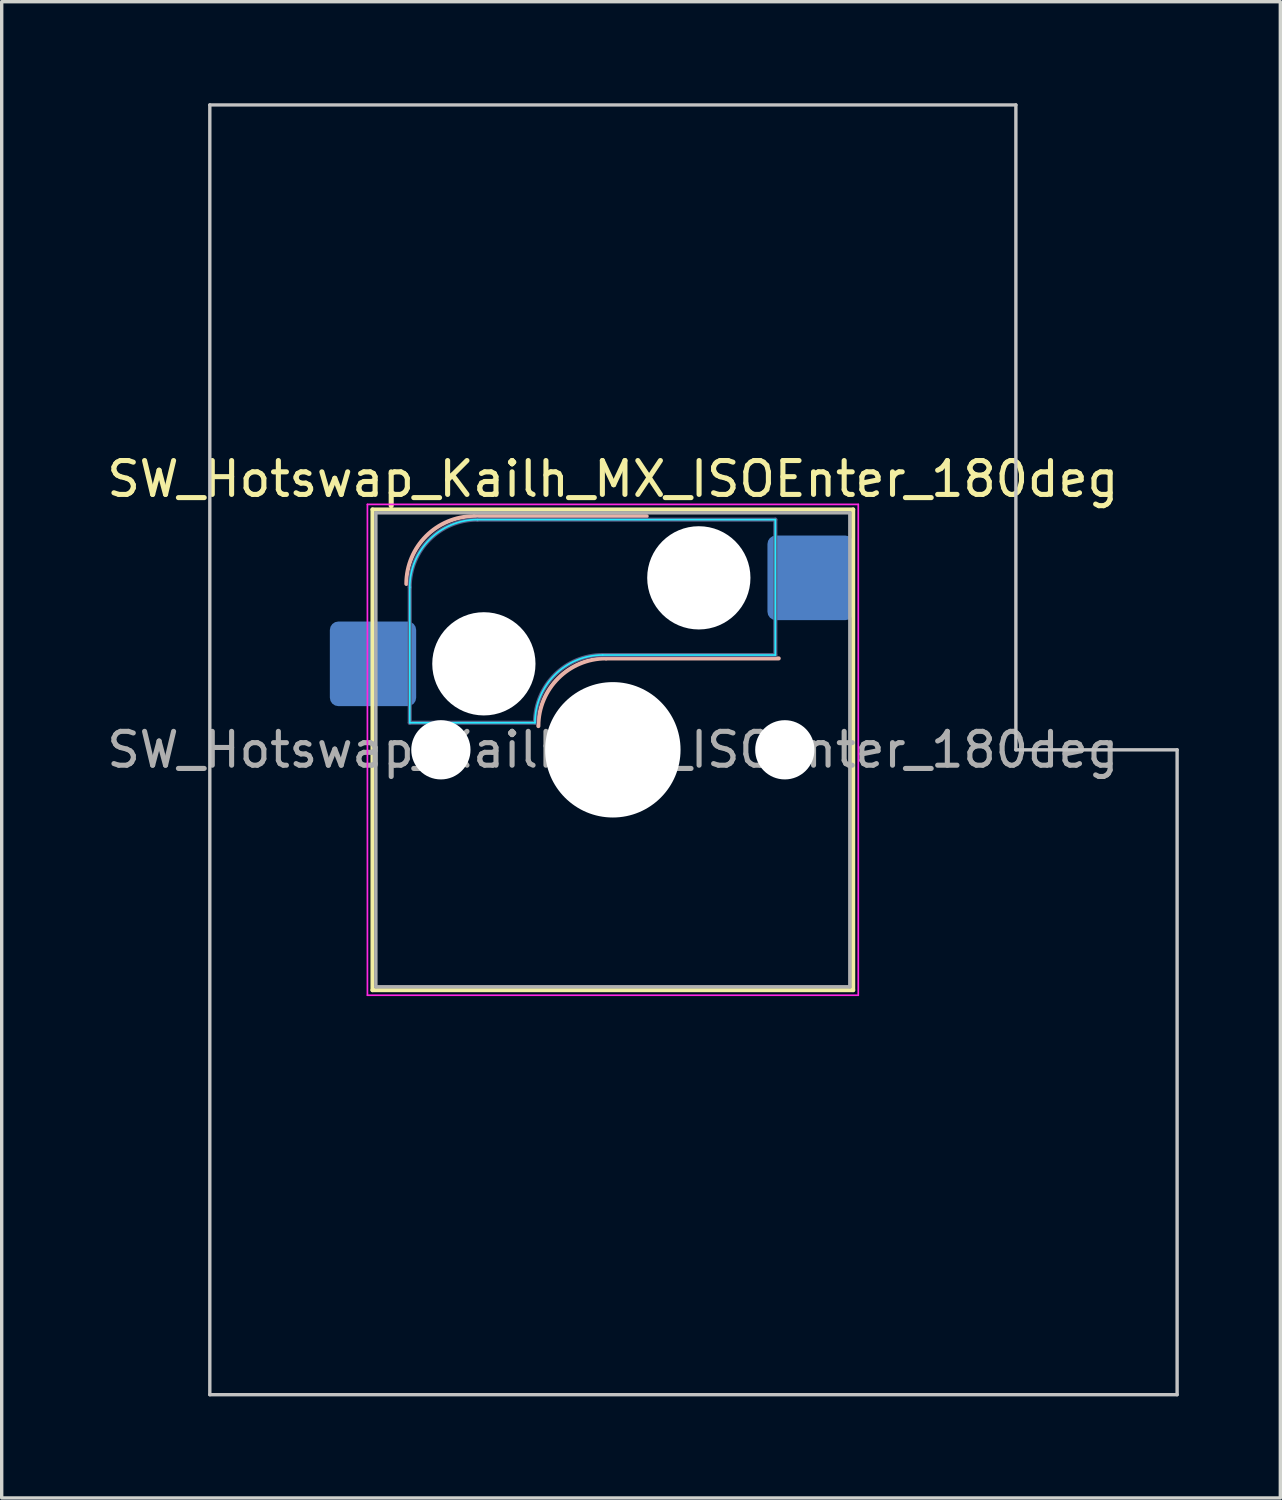
<source format=kicad_pcb>
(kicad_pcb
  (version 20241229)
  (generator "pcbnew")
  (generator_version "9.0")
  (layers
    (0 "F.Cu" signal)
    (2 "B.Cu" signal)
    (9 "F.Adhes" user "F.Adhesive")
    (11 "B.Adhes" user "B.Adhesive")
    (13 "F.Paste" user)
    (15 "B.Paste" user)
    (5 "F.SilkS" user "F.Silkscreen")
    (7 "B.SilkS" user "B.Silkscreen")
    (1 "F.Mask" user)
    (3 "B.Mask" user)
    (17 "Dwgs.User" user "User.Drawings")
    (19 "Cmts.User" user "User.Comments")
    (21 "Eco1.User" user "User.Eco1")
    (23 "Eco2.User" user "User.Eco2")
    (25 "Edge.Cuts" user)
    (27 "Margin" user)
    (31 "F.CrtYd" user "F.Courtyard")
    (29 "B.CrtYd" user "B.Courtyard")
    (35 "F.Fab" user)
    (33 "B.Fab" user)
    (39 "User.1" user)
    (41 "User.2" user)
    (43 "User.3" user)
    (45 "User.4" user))
  (footprint "SW_Hotswap_Kailh_MX_ISOEnter_180deg"
    (layer "F.Cu")
    (at 15.054 19.1)
    (property "Reference" "SW_Hotswap_Kailh_MX_ISOEnter_180deg" (at 0 -8 0) (layer "F.SilkS") (effects (font (size 1 1) (thickness 0.15))))
    (attr smd)
    (fp_line (start -7.1 -7.1) (end -7.1 7.1) (stroke (width 0.12) (type solid)) (layer "F.SilkS"))
    (fp_line (start -7.1 7.1) (end 7.1 7.1) (stroke (width 0.12) (type solid)) (layer "F.SilkS"))
    (fp_line (start 7.1 -7.1) (end -7.1 -7.1) (stroke (width 0.12) (type solid)) (layer "F.SilkS"))
    (fp_line (start 7.1 7.1) (end 7.1 -7.1) (stroke (width 0.12) (type solid)) (layer "F.SilkS"))
    (fp_line (start -4.1 -6.9) (end 1 -6.9) (stroke (width 0.12) (type solid)) (layer "B.SilkS"))
    (fp_line (start -0.2 -2.7) (end 4.9 -2.7) (stroke (width 0.12) (type solid)) (layer "B.SilkS"))
    (fp_arc (start -6.1 -4.9) (mid -5.514214 -6.314214) (end -4.1 -6.9) (stroke (width 0.12) (type solid)) (layer "B.SilkS"))
    (fp_arc (start -2.2 -0.7) (mid -1.614214 -2.114214) (end -0.2 -2.7) (stroke (width 0.12) (type solid)) (layer "B.SilkS"))
    (fp_line (start -11.906 -19.05) (end -11.906 19.05) (stroke (width 0.1) (type solid)) (layer "Dwgs.User"))
    (fp_line (start -11.906 19.05) (end 16.669 19.05) (stroke (width 0.1) (type solid)) (layer "Dwgs.User"))
    (fp_line (start 11.906 -19.05) (end -11.906 -19.05) (stroke (width 0.1) (type solid)) (layer "Dwgs.User"))
    (fp_line (start 11.906 0) (end 11.906 -19.05) (stroke (width 0.1) (type solid)) (layer "Dwgs.User"))
    (fp_line (start 16.669 0) (end 11.906 0) (stroke (width 0.1) (type solid)) (layer "Dwgs.User"))
    (fp_line (start 16.669 19.05) (end 16.669 0) (stroke (width 0.1) (type solid)) (layer "Dwgs.User"))
    (fp_line (start -7.8 -6) (end -7 -6) (stroke (width 0.1) (type solid)) (layer "Eco1.User"))
    (fp_line (start -7.8 -2.9) (end -7.8 -6) (stroke (width 0.1) (type solid)) (layer "Eco1.User"))
    (fp_line (start -7.8 2.9) (end -7 2.9) (stroke (width 0.1) (type solid)) (layer "Eco1.User"))
    (fp_line (start -7.8 6) (end -7.8 2.9) (stroke (width 0.1) (type solid)) (layer "Eco1.User"))
    (fp_line (start -7 -7) (end 7 -7) (stroke (width 0.1) (type solid)) (layer "Eco1.User"))
    (fp_line (start -7 -6) (end -7 -7) (stroke (width 0.1) (type solid)) (layer "Eco1.User"))
    (fp_line (start -7 -2.9) (end -7.8 -2.9) (stroke (width 0.1) (type solid)) (layer "Eco1.User"))
    (fp_line (start -7 2.9) (end -7 -2.9) (stroke (width 0.1) (type solid)) (layer "Eco1.User"))
    (fp_line (start -7 6) (end -7.8 6) (stroke (width 0.1) (type solid)) (layer "Eco1.User"))
    (fp_line (start -7 7) (end -7 6) (stroke (width 0.1) (type solid)) (layer "Eco1.User"))
    (fp_line (start 7 -7) (end 7 -6) (stroke (width 0.1) (type solid)) (layer "Eco1.User"))
    (fp_line (start 7 -6) (end 7.8 -6) (stroke (width 0.1) (type solid)) (layer "Eco1.User"))
    (fp_line (start 7 -2.9) (end 7 2.9) (stroke (width 0.1) (type solid)) (layer "Eco1.User"))
    (fp_line (start 7 2.9) (end 7.8 2.9) (stroke (width 0.1) (type solid)) (layer "Eco1.User"))
    (fp_line (start 7 6) (end 7 7) (stroke (width 0.1) (type solid)) (layer "Eco1.User"))
    (fp_line (start 7 7) (end -7 7) (stroke (width 0.1) (type solid)) (layer "Eco1.User"))
    (fp_line (start 7.8 -6) (end 7.8 -2.9) (stroke (width 0.1) (type solid)) (layer "Eco1.User"))
    (fp_line (start 7.8 -2.9) (end 7 -2.9) (stroke (width 0.1) (type solid)) (layer "Eco1.User"))
    (fp_line (start 7.8 2.9) (end 7.8 6) (stroke (width 0.1) (type solid)) (layer "Eco1.User"))
    (fp_line (start 7.8 6) (end 7 6) (stroke (width 0.1) (type solid)) (layer "Eco1.User"))
    (fp_line (start -6 -0.8) (end -6 -4.8) (stroke (width 0.05) (type solid)) (layer "B.CrtYd"))
    (fp_line (start -6 -0.8) (end -2.3 -0.8) (stroke (width 0.05) (type solid)) (layer "B.CrtYd"))
    (fp_line (start -4 -6.8) (end 4.8 -6.8) (stroke (width 0.05) (type solid)) (layer "B.CrtYd"))
    (fp_line (start -0.3 -2.8) (end 4.8 -2.8) (stroke (width 0.05) (type solid)) (layer "B.CrtYd"))
    (fp_line (start 4.8 -6.8) (end 4.8 -2.8) (stroke (width 0.05) (type solid)) (layer "B.CrtYd"))
    (fp_arc (start -6 -4.8) (mid -5.414214 -6.214214) (end -4 -6.8) (stroke (width 0.05) (type solid)) (layer "B.CrtYd"))
    (fp_arc (start -2.3 -0.8) (mid -1.714214 -2.214214) (end -0.3 -2.8) (stroke (width 0.05) (type solid)) (layer "B.CrtYd"))
    (fp_line (start -7.25 -7.25) (end -7.25 7.25) (stroke (width 0.05) (type solid)) (layer "F.CrtYd"))
    (fp_line (start -7.25 7.25) (end 7.25 7.25) (stroke (width 0.05) (type solid)) (layer "F.CrtYd"))
    (fp_line (start 7.25 -7.25) (end -7.25 -7.25) (stroke (width 0.05) (type solid)) (layer "F.CrtYd"))
    (fp_line (start 7.25 7.25) (end 7.25 -7.25) (stroke (width 0.05) (type solid)) (layer "F.CrtYd"))
    (fp_line (start -6 -0.8) (end -6 -4.8) (stroke (width 0.12) (type solid)) (layer "B.Fab"))
    (fp_line (start -6 -0.8) (end -2.3 -0.8) (stroke (width 0.12) (type solid)) (layer "B.Fab"))
    (fp_line (start -4 -6.8) (end 4.8 -6.8) (stroke (width 0.12) (type solid)) (layer "B.Fab"))
    (fp_line (start -0.3 -2.8) (end 4.8 -2.8) (stroke (width 0.12) (type solid)) (layer "B.Fab"))
    (fp_line (start 4.8 -6.8) (end 4.8 -2.8) (stroke (width 0.12) (type solid)) (layer "B.Fab"))
    (fp_arc (start -6 -4.8) (mid -5.414214 -6.214214) (end -4 -6.8) (stroke (width 0.12) (type solid)) (layer "B.Fab"))
    (fp_arc (start -2.3 -0.8) (mid -1.714214 -2.214214) (end -0.3 -2.8) (stroke (width 0.12) (type solid)) (layer "B.Fab"))
    (fp_line (start -7 -7) (end -7 7) (stroke (width 0.1) (type solid)) (layer "F.Fab"))
    (fp_line (start -7 7) (end 7 7) (stroke (width 0.1) (type solid)) (layer "F.Fab"))
    (fp_line (start 7 -7) (end -7 -7) (stroke (width 0.1) (type solid)) (layer "F.Fab"))
    (fp_line (start 7 7) (end 7 -7) (stroke (width 0.1) (type solid)) (layer "F.Fab"))
    (fp_text user "${REFERENCE}" (at 0 0 0) (layer "F.Fab") (effects (font (size 1 1) (thickness 0.15))))
    (pad "" np_thru_hole circle (at -5.08 0) (size 1.75 1.75) (drill 1.75) (layers "*.Cu" "*.Mask"))
    (pad "" np_thru_hole circle (at -3.81 -2.54) (size 3.05 3.05) (drill 3.05) (layers "*.Cu" "*.Mask"))
    (pad "" np_thru_hole circle (at 0 0) (size 4 4) (drill 4) (layers "*.Cu" "*.Mask"))
    (pad "" np_thru_hole circle (at 2.54 -5.08) (size 3.05 3.05) (drill 3.05) (layers "*.Cu" "*.Mask"))
    (pad "" np_thru_hole circle (at 5.08 0) (size 1.75 1.75) (drill 1.75) (layers "*.Cu" "*.Mask"))
    (pad "1" smd roundrect (at -7.085 -2.54) (size 2.55 2.5) (layers "B.Cu" "B.Mask" "B.Paste") (roundrect_rratio 0.1))
    (pad "2" smd roundrect (at 5.842 -5.08) (size 2.55 2.5) (layers "B.Cu" "B.Mask" "B.Paste") (roundrect_rratio 0.1)))
  (gr_rect
    (start -3 -3)
    (end 34.772 41.2)
    (stroke (width 0.1) (type default))
    (fill no)
    (layer "Edge.Cuts")))
</source>
